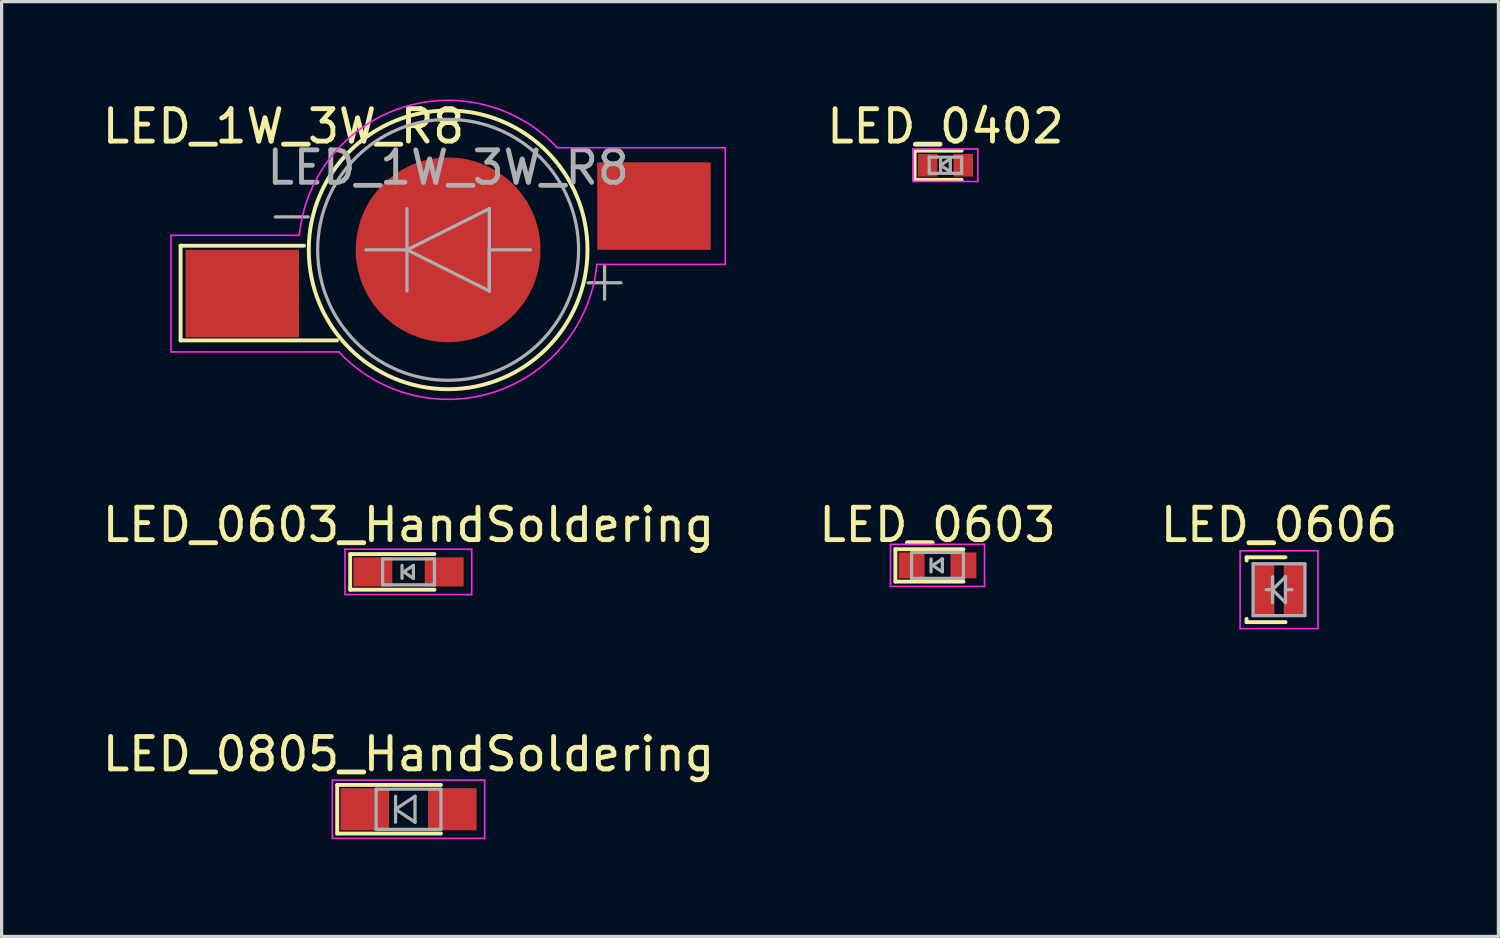
<source format=kicad_pcb>
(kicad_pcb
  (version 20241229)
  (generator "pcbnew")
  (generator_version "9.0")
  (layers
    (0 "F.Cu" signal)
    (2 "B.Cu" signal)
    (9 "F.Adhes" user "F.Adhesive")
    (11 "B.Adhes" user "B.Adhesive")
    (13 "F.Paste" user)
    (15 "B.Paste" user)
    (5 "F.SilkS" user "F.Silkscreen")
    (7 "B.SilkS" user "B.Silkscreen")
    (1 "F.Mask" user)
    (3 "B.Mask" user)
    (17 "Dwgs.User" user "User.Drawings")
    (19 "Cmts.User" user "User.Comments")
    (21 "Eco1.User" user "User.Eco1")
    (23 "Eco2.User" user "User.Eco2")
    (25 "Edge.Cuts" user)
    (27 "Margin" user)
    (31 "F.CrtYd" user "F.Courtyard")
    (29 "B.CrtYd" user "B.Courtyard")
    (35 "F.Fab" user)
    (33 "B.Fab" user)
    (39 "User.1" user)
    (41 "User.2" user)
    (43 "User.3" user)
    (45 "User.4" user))
  (footprint "LED_0603_HandSoldering"
    (layer "F.Cu")
    (at 9.554 14.594)
    (property "Reference" "LED_0603_HandSoldering" (at 0 -1.45 0) (layer "F.SilkS") (effects (font (size 1 1) (thickness 0.15))))
    (attr smd)
    (fp_line (start -1.8 -0.55) (end -1.8 0.55) (stroke (width 0.12) (type solid)) (layer "F.SilkS"))
    (fp_line (start -1.8 -0.55) (end 0.8 -0.55) (stroke (width 0.12) (type solid)) (layer "F.SilkS"))
    (fp_line (start -1.8 0.55) (end 0.8 0.55) (stroke (width 0.12) (type solid)) (layer "F.SilkS"))
    (fp_line (start -1.96 -0.7) (end -1.96 0.7) (stroke (width 0.05) (type solid)) (layer "F.CrtYd"))
    (fp_line (start -1.96 -0.7) (end 1.95 -0.7) (stroke (width 0.05) (type solid)) (layer "F.CrtYd"))
    (fp_line (start 1.95 0.7) (end -1.96 0.7) (stroke (width 0.05) (type solid)) (layer "F.CrtYd"))
    (fp_line (start 1.95 0.7) (end 1.95 -0.7) (stroke (width 0.05) (type solid)) (layer "F.CrtYd"))
    (fp_line (start -0.8 -0.4) (end -0.8 0.4) (stroke (width 0.1) (type solid)) (layer "F.Fab"))
    (fp_line (start -0.8 -0.4) (end 0.8 -0.4) (stroke (width 0.1) (type solid)) (layer "F.Fab"))
    (fp_line (start -0.2 -0.2) (end -0.2 0.2) (stroke (width 0.1) (type solid)) (layer "F.Fab"))
    (fp_line (start -0.15 0) (end 0.15 -0.2) (stroke (width 0.1) (type solid)) (layer "F.Fab"))
    (fp_line (start 0.15 -0.2) (end 0.15 0.2) (stroke (width 0.1) (type solid)) (layer "F.Fab"))
    (fp_line (start 0.15 0.2) (end -0.15 0) (stroke (width 0.1) (type solid)) (layer "F.Fab"))
    (fp_line (start 0.8 -0.4) (end 0.8 0.4) (stroke (width 0.1) (type solid)) (layer "F.Fab"))
    (fp_line (start 0.8 0.4) (end -0.8 0.4) (stroke (width 0.1) (type solid)) (layer "F.Fab"))
    (pad "1" smd rect (at -1.1 0) (size 1.2 0.9) (layers "F.Cu" "F.Mask" "F.Paste"))
    (pad "2" smd rect (at 1.1 0) (size 1.2 0.9) (layers "F.Cu" "F.Mask" "F.Paste")))
  (footprint "LED_0606"
    (layer "F.Cu")
    (at 36.411 15.144)
    (property "Reference" "LED_0606" (at 0 -2 0) (layer "F.SilkS") (effects (font (size 1 1) (thickness 0.15))))
    (attr smd)
    (fp_line (start -1 -1) (end -1 -0.9) (stroke (width 0.12) (type solid)) (layer "F.SilkS"))
    (fp_line (start -1 -1) (end 0.2 -1) (stroke (width 0.12) (type solid)) (layer "F.SilkS"))
    (fp_line (start -1 1) (end -1 0.9) (stroke (width 0.12) (type solid)) (layer "F.SilkS"))
    (fp_line (start -1 1) (end 0.2 1) (stroke (width 0.12) (type solid)) (layer "F.SilkS"))
    (fp_line (start -1.2 -1.2) (end -1.2 1.2) (stroke (width 0.05) (type solid)) (layer "F.CrtYd"))
    (fp_line (start -1.2 1.2) (end 1.2 1.2) (stroke (width 0.05) (type solid)) (layer "F.CrtYd"))
    (fp_line (start 1.2 -1.2) (end -1.2 -1.2) (stroke (width 0.05) (type solid)) (layer "F.CrtYd"))
    (fp_line (start 1.2 1.2) (end 1.2 -1.2) (stroke (width 0.05) (type solid)) (layer "F.CrtYd"))
    (fp_line (start -0.8 -0.8) (end 0.8 -0.8) (stroke (width 0.1) (type solid)) (layer "F.Fab"))
    (fp_line (start -0.8 0.8) (end -0.8 -0.8) (stroke (width 0.1) (type solid)) (layer "F.Fab"))
    (fp_line (start -0.4 0) (end -0.2 0) (stroke (width 0.1) (type solid)) (layer "F.Fab"))
    (fp_line (start -0.2 -0.4) (end -0.2 0) (stroke (width 0.1) (type solid)) (layer "F.Fab"))
    (fp_line (start -0.2 0) (end -0.2 0.4) (stroke (width 0.1) (type solid)) (layer "F.Fab"))
    (fp_line (start -0.2 0) (end 0.2 -0.4) (stroke (width 0.1) (type solid)) (layer "F.Fab"))
    (fp_line (start 0.2 -0.4) (end 0.2 0.4) (stroke (width 0.1) (type solid)) (layer "F.Fab"))
    (fp_line (start 0.2 0) (end 0.4 0) (stroke (width 0.1) (type solid)) (layer "F.Fab"))
    (fp_line (start 0.2 0.4) (end -0.2 0) (stroke (width 0.1) (type solid)) (layer "F.Fab"))
    (fp_line (start 0.8 -0.8) (end 0.8 0.8) (stroke (width 0.1) (type solid)) (layer "F.Fab"))
    (fp_line (start 0.8 0.8) (end -0.8 0.8) (stroke (width 0.1) (type solid)) (layer "F.Fab"))
    (pad "1" smd rect (at -0.47 0 180) (size 0.65 1.6) (layers "F.Cu" "F.Mask" "F.Paste"))
    (pad "2" smd rect (at 0.47 0 180) (size 0.65 1.6) (layers "F.Cu" "F.Mask" "F.Paste")))
  (footprint "LED_0805_HandSoldering"
    (layer "F.Cu")
    (at 9.554 21.917)
    (property "Reference" "LED_0805_HandSoldering" (at 0 -1.7 0) (layer "F.SilkS") (effects (font (size 1 1) (thickness 0.15))))
    (attr smd)
    (fp_line (start -2.2 -0.75) (end -2.2 0.75) (stroke (width 0.12) (type solid)) (layer "F.SilkS"))
    (fp_line (start -2.2 -0.75) (end 1 -0.75) (stroke (width 0.12) (type solid)) (layer "F.SilkS"))
    (fp_line (start 1 0.75) (end -2.2 0.75) (stroke (width 0.12) (type solid)) (layer "F.SilkS"))
    (fp_line (start -2.35 -0.9) (end -2.35 0.9) (stroke (width 0.05) (type solid)) (layer "F.CrtYd"))
    (fp_line (start -2.35 -0.9) (end 2.35 -0.9) (stroke (width 0.05) (type solid)) (layer "F.CrtYd"))
    (fp_line (start 2.35 0.9) (end -2.35 0.9) (stroke (width 0.05) (type solid)) (layer "F.CrtYd"))
    (fp_line (start 2.35 0.9) (end 2.35 -0.9) (stroke (width 0.05) (type solid)) (layer "F.CrtYd"))
    (fp_line (start -1 -0.62) (end 1 -0.62) (stroke (width 0.1) (type solid)) (layer "F.Fab"))
    (fp_line (start -1 0.62) (end -1 -0.62) (stroke (width 0.1) (type solid)) (layer "F.Fab"))
    (fp_line (start -0.4 -0.4) (end -0.4 0.4) (stroke (width 0.1) (type solid)) (layer "F.Fab"))
    (fp_line (start -0.4 0) (end 0.2 -0.4) (stroke (width 0.1) (type solid)) (layer "F.Fab"))
    (fp_line (start 0.2 -0.4) (end 0.2 0.4) (stroke (width 0.1) (type solid)) (layer "F.Fab"))
    (fp_line (start 0.2 0.4) (end -0.4 0) (stroke (width 0.1) (type solid)) (layer "F.Fab"))
    (fp_line (start 1 -0.62) (end 1 0.62) (stroke (width 0.1) (type solid)) (layer "F.Fab"))
    (fp_line (start 1 0.62) (end -1 0.62) (stroke (width 0.1) (type solid)) (layer "F.Fab"))
    (pad "1" smd rect (at -1.35 0) (size 1.5 1.3) (layers "F.Cu" "F.Mask" "F.Paste"))
    (pad "2" smd rect (at 1.35 0) (size 1.5 1.3) (layers "F.Cu" "F.Mask" "F.Paste")))
  (footprint "LED_1W_3W_R8"
    (layer "F.Cu")
    (at 10.776 4.658)
    (property "Reference" "LED_1W_3W_R8" (at -5.08 -3.81 0) (layer "F.SilkS") (effects (font (size 1 1) (thickness 0.15))))
    (attr smd)
    (fp_line (start -8.255 -0.127) (end -8.255 2.794) (stroke (width 0.12) (type solid)) (layer "F.SilkS"))
    (fp_line (start -8.255 2.794) (end -3.429 2.794) (stroke (width 0.12) (type solid)) (layer "F.SilkS"))
    (fp_line (start -4.445 -0.127) (end -8.255 -0.127) (stroke (width 0.12) (type solid)) (layer "F.SilkS"))
    (fp_circle (center 0 0) (end -4.3 0) (stroke (width 0.12) (type solid)) (fill no) (layer "F.SilkS"))
    (fp_line (start -8.55 -0.45) (end -8.55 3.15) (stroke (width 0.05) (type solid)) (layer "F.CrtYd"))
    (fp_line (start -8.55 3.15) (end -3.37 3.15) (stroke (width 0.05) (type solid)) (layer "F.CrtYd"))
    (fp_line (start -4.59 -0.45) (end -8.55 -0.45) (stroke (width 0.05) (type solid)) (layer "F.CrtYd"))
    (fp_line (start 3.37 -3.15) (end 8.55 -3.15) (stroke (width 0.05) (type solid)) (layer "F.CrtYd"))
    (fp_line (start 8.55 -3.15) (end 8.55 0.45) (stroke (width 0.05) (type solid)) (layer "F.CrtYd"))
    (fp_line (start 8.55 0.45) (end 4.59 0.45) (stroke (width 0.05) (type solid)) (layer "F.CrtYd"))
    (fp_arc (start -4.59 -0.45) (mid -1.481265 -4.36766) (end 3.369303 -3.149349) (stroke (width 0.05) (type solid)) (layer "F.CrtYd"))
    (fp_arc (start 4.59 0.45) (mid 1.481265 4.36766) (end -3.369303 3.149349) (stroke (width 0.05) (type solid)) (layer "F.CrtYd"))
    (fp_line (start -5.334 -1.016) (end -4.318 -1.016) (stroke (width 0.1) (type solid)) (layer "F.Fab"))
    (fp_line (start -2.54 0) (end -1.27 0) (stroke (width 0.1) (type solid)) (layer "F.Fab"))
    (fp_line (start -1.27 -1.27) (end -1.27 1.27) (stroke (width 0.1) (type solid)) (layer "F.Fab"))
    (fp_line (start -1.27 0) (end 1.27 -1.27) (stroke (width 0.1) (type solid)) (layer "F.Fab"))
    (fp_line (start -1.27 0) (end 1.27 1.27) (stroke (width 0.1) (type solid)) (layer "F.Fab"))
    (fp_line (start 1.27 -1.27) (end 1.27 1.27) (stroke (width 0.1) (type solid)) (layer "F.Fab"))
    (fp_line (start 1.27 0) (end 2.54 0) (stroke (width 0.1) (type solid)) (layer "F.Fab"))
    (fp_line (start 1.27 1.27) (end 1.27 0) (stroke (width 0.1) (type solid)) (layer "F.Fab"))
    (fp_line (start 4.318 1.016) (end 5.334 1.016) (stroke (width 0.1) (type solid)) (layer "F.Fab"))
    (fp_line (start 4.826 1.524) (end 4.826 0.508) (stroke (width 0.1) (type solid)) (layer "F.Fab"))
    (fp_circle (center 0 0) (end 4.025 0) (stroke (width 0.1) (type solid)) (fill no) (layer "F.Fab"))
    (fp_text user "${REFERENCE}" (at 0 -2.54 0) (layer "F.Fab") (effects (font (size 1 1) (thickness 0.15))))
    (pad "1" smd rect (at -6.35 1.35) (size 3.5 2.7) (layers "F.Cu" "F.Mask" "F.Paste"))
    (pad "2" smd rect (at 6.35 -1.35) (size 3.5 2.7) (layers "F.Cu" "F.Mask" "F.Paste"))
    (pad "3" smd circle (at 0 0) (size 5.7 5.7) (layers "F.Cu" "F.Mask" "F.Paste")))
  (footprint "LED_0402"
    (layer "F.Cu")
    (at 26.119 2.048)
    (property "Reference" "LED_0402" (at 0 -1.2 0) (layer "F.SilkS") (effects (font (size 1 1) (thickness 0.15))))
    (attr smd)
    (fp_line (start -0.95 -0.45) (end -0.95 0.45) (stroke (width 0.12) (type solid)) (layer "F.SilkS"))
    (fp_line (start -0.95 -0.45) (end 0.5 -0.45) (stroke (width 0.12) (type solid)) (layer "F.SilkS"))
    (fp_line (start -0.95 0.45) (end 0.5 0.45) (stroke (width 0.12) (type solid)) (layer "F.SilkS"))
    (fp_line (start -1 -0.5) (end 1 -0.5) (stroke (width 0.05) (type solid)) (layer "F.CrtYd"))
    (fp_line (start -1 0.5) (end -1 -0.5) (stroke (width 0.05) (type solid)) (layer "F.CrtYd"))
    (fp_line (start 1 -0.5) (end 1 0.5) (stroke (width 0.05) (type solid)) (layer "F.CrtYd"))
    (fp_line (start 1 0.5) (end -1 0.5) (stroke (width 0.05) (type solid)) (layer "F.CrtYd"))
    (fp_line (start -0.5 -0.25) (end 0.5 -0.25) (stroke (width 0.1) (type solid)) (layer "F.Fab"))
    (fp_line (start -0.5 0.25) (end -0.5 -0.25) (stroke (width 0.1) (type solid)) (layer "F.Fab"))
    (fp_line (start -0.15 -0.2) (end -0.15 0.2) (stroke (width 0.1) (type solid)) (layer "F.Fab"))
    (fp_line (start -0.15 0) (end 0.15 -0.2) (stroke (width 0.1) (type solid)) (layer "F.Fab"))
    (fp_line (start 0.15 -0.2) (end 0.15 0.2) (stroke (width 0.1) (type solid)) (layer "F.Fab"))
    (fp_line (start 0.15 0.2) (end -0.15 0) (stroke (width 0.1) (type solid)) (layer "F.Fab"))
    (fp_line (start 0.5 -0.25) (end 0.5 0.25) (stroke (width 0.1) (type solid)) (layer "F.Fab"))
    (fp_line (start 0.5 0.25) (end -0.5 0.25) (stroke (width 0.1) (type solid)) (layer "F.Fab"))
    (pad "1" smd rect (at -0.55 0 180) (size 0.6 0.7) (layers "F.Cu" "F.Mask" "F.Paste"))
    (pad "2" smd rect (at 0.55 0 180) (size 0.6 0.7) (layers "F.Cu" "F.Mask" "F.Paste")))
  (footprint "LED_0603"
    (layer "F.Cu")
    (at 25.875 14.394)
    (property "Reference" "LED_0603" (at 0 -1.25 0) (layer "F.SilkS") (effects (font (size 1 1) (thickness 0.15))))
    (attr smd)
    (fp_line (start -1.3 -0.5) (end -1.3 0.5) (stroke (width 0.12) (type solid)) (layer "F.SilkS"))
    (fp_line (start -1.3 -0.5) (end 0.8 -0.5) (stroke (width 0.12) (type solid)) (layer "F.SilkS"))
    (fp_line (start -1.3 0.5) (end 0.8 0.5) (stroke (width 0.12) (type solid)) (layer "F.SilkS"))
    (fp_line (start -1.45 -0.65) (end 1.45 -0.65) (stroke (width 0.05) (type solid)) (layer "F.CrtYd"))
    (fp_line (start -1.45 0.65) (end -1.45 -0.65) (stroke (width 0.05) (type solid)) (layer "F.CrtYd"))
    (fp_line (start 1.45 -0.65) (end 1.45 0.65) (stroke (width 0.05) (type solid)) (layer "F.CrtYd"))
    (fp_line (start 1.45 0.65) (end -1.45 0.65) (stroke (width 0.05) (type solid)) (layer "F.CrtYd"))
    (fp_line (start -0.8 -0.4) (end 0.8 -0.4) (stroke (width 0.1) (type solid)) (layer "F.Fab"))
    (fp_line (start -0.8 0.4) (end -0.8 -0.4) (stroke (width 0.1) (type solid)) (layer "F.Fab"))
    (fp_line (start -0.2 -0.2) (end -0.2 0.2) (stroke (width 0.1) (type solid)) (layer "F.Fab"))
    (fp_line (start -0.15 0) (end 0.15 -0.2) (stroke (width 0.1) (type solid)) (layer "F.Fab"))
    (fp_line (start 0.15 -0.2) (end 0.15 0.2) (stroke (width 0.1) (type solid)) (layer "F.Fab"))
    (fp_line (start 0.15 0.2) (end -0.15 0) (stroke (width 0.1) (type solid)) (layer "F.Fab"))
    (fp_line (start 0.8 -0.4) (end 0.8 0.4) (stroke (width 0.1) (type solid)) (layer "F.Fab"))
    (fp_line (start 0.8 0.4) (end -0.8 0.4) (stroke (width 0.1) (type solid)) (layer "F.Fab"))
    (pad "1" smd rect (at -0.8 0 180) (size 0.8 0.8) (layers "F.Cu" "F.Mask" "F.Paste"))
    (pad "2" smd rect (at 0.8 0 180) (size 0.8 0.8) (layers "F.Cu" "F.Mask" "F.Paste")))
  (gr_rect
    (start -3 -3)
    (end 43.179 25.842)
    (stroke (width 0.1) (type default))
    (fill no)
    (layer "Edge.Cuts")))
</source>
